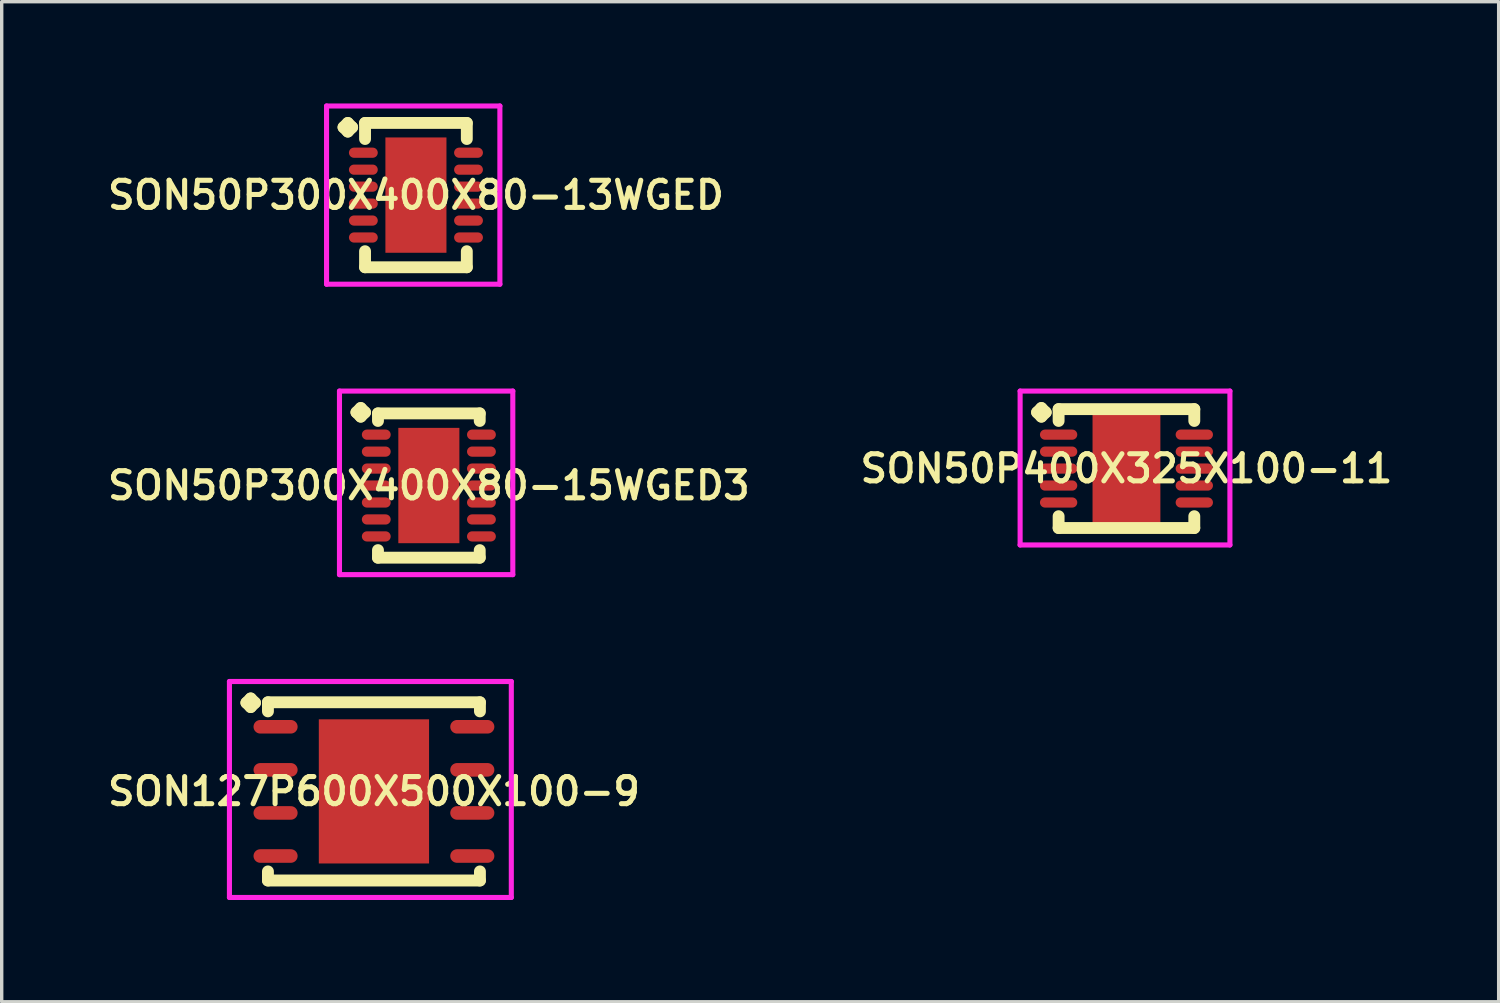
<source format=kicad_pcb>
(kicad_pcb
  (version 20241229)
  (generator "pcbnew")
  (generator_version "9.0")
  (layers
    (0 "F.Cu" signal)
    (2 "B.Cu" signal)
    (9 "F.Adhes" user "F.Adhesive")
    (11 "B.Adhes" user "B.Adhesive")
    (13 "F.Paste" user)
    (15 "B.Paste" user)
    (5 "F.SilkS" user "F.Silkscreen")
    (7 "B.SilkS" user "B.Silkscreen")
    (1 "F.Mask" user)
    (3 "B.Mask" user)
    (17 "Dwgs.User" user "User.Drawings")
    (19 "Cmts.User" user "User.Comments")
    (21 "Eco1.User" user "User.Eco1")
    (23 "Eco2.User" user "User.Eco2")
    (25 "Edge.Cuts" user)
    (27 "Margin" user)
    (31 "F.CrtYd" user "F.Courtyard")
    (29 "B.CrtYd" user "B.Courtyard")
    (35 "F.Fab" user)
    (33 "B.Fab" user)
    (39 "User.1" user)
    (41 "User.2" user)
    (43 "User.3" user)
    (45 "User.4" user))
  (footprint "SON50P300X400X80-15WGED3"
    (layer "F.Cu")
    (at 9.593 11.264)
    (property "Reference" "SON50P300X400X80-15WGED3" (at 0 0 0) (layer "F.SilkS") (effects (font (size 0.8 0.8) (thickness 0.15))))
    (attr through_hole)
    (fp_line (start -2.135 -2.158) (end -2.008 -2.285) (stroke (width 0.35) (type solid)) (layer "F.SilkS"))
    (fp_line (start -2.008 -2.285) (end -1.881 -2.158) (stroke (width 0.35) (type solid)) (layer "F.SilkS"))
    (fp_line (start -2.008 -2.031) (end -2.135 -2.158) (stroke (width 0.35) (type solid)) (layer "F.SilkS"))
    (fp_line (start -1.881 -2.158) (end -2.008 -2.031) (stroke (width 0.35) (type solid)) (layer "F.SilkS"))
    (fp_line (start -1.5 -2.127) (end 1.5 -2.127) (stroke (width 0.35) (type solid)) (layer "F.SilkS"))
    (fp_line (start -1.5 -1.904) (end -1.5 -2.127) (stroke (width 0.35) (type solid)) (layer "F.SilkS"))
    (fp_line (start -1.5 1.904) (end -1.5 2.127) (stroke (width 0.35) (type solid)) (layer "F.SilkS"))
    (fp_line (start -1.5 2.127) (end 1.5 2.127) (stroke (width 0.35) (type solid)) (layer "F.SilkS"))
    (fp_line (start 1.5 -2.127) (end 1.5 -1.904) (stroke (width 0.35) (type solid)) (layer "F.SilkS"))
    (fp_line (start 1.5 2.127) (end 1.5 1.904) (stroke (width 0.35) (type solid)) (layer "F.SilkS"))
    (fp_line (start -2.635 -2.785) (end 2.475 -2.785) (stroke (width 0.15) (type solid)) (layer "F.CrtYd"))
    (fp_line (start -2.635 2.627) (end -2.635 -2.785) (stroke (width 0.15) (type solid)) (layer "F.CrtYd"))
    (fp_line (start 2.475 -2.785) (end 2.475 2.627) (stroke (width 0.15) (type solid)) (layer "F.CrtYd"))
    (fp_line (start 2.475 2.627) (end -2.635 2.627) (stroke (width 0.15) (type solid)) (layer "F.CrtYd"))
    (pad "1" smd oval (at -1.55 -1.5) (size 0.85 0.3) (layers "F.Cu" "F.Mask" "F.Paste"))
    (pad "2" smd oval (at -1.55 -1) (size 0.85 0.3) (layers "F.Cu" "F.Mask" "F.Paste"))
    (pad "3" smd oval (at -1.55 -0.5) (size 0.85 0.3) (layers "F.Cu" "F.Mask" "F.Paste"))
    (pad "4" smd oval (at -1.55 0) (size 0.85 0.3) (layers "F.Cu" "F.Mask" "F.Paste"))
    (pad "5" smd oval (at -1.55 0.5) (size 0.85 0.3) (layers "F.Cu" "F.Mask" "F.Paste"))
    (pad "6" smd oval (at -1.55 1) (size 0.85 0.3) (layers "F.Cu" "F.Mask" "F.Paste"))
    (pad "7" smd oval (at -1.55 1.5) (size 0.85 0.3) (layers "F.Cu" "F.Mask" "F.Paste"))
    (pad "8" smd oval (at 1.55 1.5) (size 0.85 0.3) (layers "F.Cu" "F.Mask" "F.Paste"))
    (pad "9" smd oval (at 1.55 1) (size 0.85 0.3) (layers "F.Cu" "F.Mask" "F.Paste"))
    (pad "10" smd oval (at 1.55 0.5) (size 0.85 0.3) (layers "F.Cu" "F.Mask" "F.Paste"))
    (pad "11" smd oval (at 1.55 0) (size 0.85 0.3) (layers "F.Cu" "F.Mask" "F.Paste"))
    (pad "12" smd oval (at 1.55 -0.5) (size 0.85 0.3) (layers "F.Cu" "F.Mask" "F.Paste"))
    (pad "13" smd oval (at 1.55 -1) (size 0.85 0.3) (layers "F.Cu" "F.Mask" "F.Paste"))
    (pad "14" smd oval (at 1.55 -1.5) (size 0.85 0.3) (layers "F.Cu" "F.Mask" "F.Paste"))
    (pad "15" smd rect (at 0 0) (size 1.8 3.4) (layers "F.Cu" "F.Mask" "F.Paste")))
  (footprint "SON50P300X400X80-13WGED"
    (layer "F.Cu")
    (at 9.212 2.702)
    (property "Reference" "SON50P300X400X80-13WGED" (at 0 0 0) (layer "F.SilkS") (effects (font (size 0.8 0.8) (thickness 0.15))))
    (attr through_hole)
    (fp_line (start -2.135 -2) (end -2.008 -2.127) (stroke (width 0.35) (type solid)) (layer "F.SilkS"))
    (fp_line (start -2.008 -2.127) (end -1.881 -2) (stroke (width 0.35) (type solid)) (layer "F.SilkS"))
    (fp_line (start -2.008 -1.873) (end -2.135 -2) (stroke (width 0.35) (type solid)) (layer "F.SilkS"))
    (fp_line (start -1.881 -2) (end -2.008 -1.873) (stroke (width 0.35) (type solid)) (layer "F.SilkS"))
    (fp_line (start -1.5 -2.127) (end 1.5 -2.127) (stroke (width 0.35) (type solid)) (layer "F.SilkS"))
    (fp_line (start -1.5 -1.654) (end -1.5 -2.127) (stroke (width 0.35) (type solid)) (layer "F.SilkS"))
    (fp_line (start -1.5 1.654) (end -1.5 2.127) (stroke (width 0.35) (type solid)) (layer "F.SilkS"))
    (fp_line (start -1.5 2.127) (end 1.5 2.127) (stroke (width 0.35) (type solid)) (layer "F.SilkS"))
    (fp_line (start 1.5 -2.127) (end 1.5 -1.654) (stroke (width 0.35) (type solid)) (layer "F.SilkS"))
    (fp_line (start 1.5 2.127) (end 1.5 1.654) (stroke (width 0.35) (type solid)) (layer "F.SilkS"))
    (fp_line (start -2.635 -2.627) (end 2.475 -2.627) (stroke (width 0.15) (type solid)) (layer "F.CrtYd"))
    (fp_line (start -2.635 2.627) (end -2.635 -2.627) (stroke (width 0.15) (type solid)) (layer "F.CrtYd"))
    (fp_line (start 2.475 -2.627) (end 2.475 2.627) (stroke (width 0.15) (type solid)) (layer "F.CrtYd"))
    (fp_line (start 2.475 2.627) (end -2.635 2.627) (stroke (width 0.15) (type solid)) (layer "F.CrtYd"))
    (pad "1" smd oval (at -1.55 -1.25) (size 0.85 0.3) (layers "F.Cu" "F.Mask" "F.Paste"))
    (pad "2" smd oval (at -1.55 -0.75) (size 0.85 0.3) (layers "F.Cu" "F.Mask" "F.Paste"))
    (pad "3" smd oval (at -1.55 -0.25) (size 0.85 0.3) (layers "F.Cu" "F.Mask" "F.Paste"))
    (pad "4" smd oval (at -1.55 0.25) (size 0.85 0.3) (layers "F.Cu" "F.Mask" "F.Paste"))
    (pad "5" smd oval (at -1.55 0.75) (size 0.85 0.3) (layers "F.Cu" "F.Mask" "F.Paste"))
    (pad "6" smd oval (at -1.55 1.25) (size 0.85 0.3) (layers "F.Cu" "F.Mask" "F.Paste"))
    (pad "7" smd oval (at 1.55 1.25) (size 0.85 0.3) (layers "F.Cu" "F.Mask" "F.Paste"))
    (pad "8" smd oval (at 1.55 0.75) (size 0.85 0.3) (layers "F.Cu" "F.Mask" "F.Paste"))
    (pad "9" smd oval (at 1.55 0.25) (size 0.85 0.3) (layers "F.Cu" "F.Mask" "F.Paste"))
    (pad "10" smd oval (at 1.55 -0.25) (size 0.85 0.3) (layers "F.Cu" "F.Mask" "F.Paste"))
    (pad "11" smd oval (at 1.55 -0.75) (size 0.85 0.3) (layers "F.Cu" "F.Mask" "F.Paste"))
    (pad "12" smd oval (at 1.55 -1.25) (size 0.85 0.3) (layers "F.Cu" "F.Mask" "F.Paste"))
    (pad "13" smd rect (at 0 0) (size 1.8 3.4) (layers "F.Cu" "F.Mask" "F.Paste")))
  (footprint "SON127P600X500X100-9"
    (layer "F.Cu")
    (at 7.974 20.281)
    (property "Reference" "SON127P600X500X100-9" (at 0 0 0) (layer "F.SilkS") (effects (font (size 0.8 0.8) (thickness 0.15))))
    (attr smd)
    (fp_line (start -3.76 -2.613) (end -3.633 -2.74) (stroke (width 0.35) (type solid)) (layer "F.SilkS"))
    (fp_line (start -3.633 -2.74) (end -3.506 -2.613) (stroke (width 0.35) (type solid)) (layer "F.SilkS"))
    (fp_line (start -3.633 -2.486) (end -3.76 -2.613) (stroke (width 0.35) (type solid)) (layer "F.SilkS"))
    (fp_line (start -3.506 -2.613) (end -3.633 -2.486) (stroke (width 0.35) (type solid)) (layer "F.SilkS"))
    (fp_line (start -3.125 -2.627) (end 3.125 -2.627) (stroke (width 0.35) (type solid)) (layer "F.SilkS"))
    (fp_line (start -3.125 -2.359) (end -3.125 -2.627) (stroke (width 0.35) (type solid)) (layer "F.SilkS"))
    (fp_line (start -3.125 2.359) (end -3.125 2.627) (stroke (width 0.35) (type solid)) (layer "F.SilkS"))
    (fp_line (start -3.125 2.627) (end 3.125 2.627) (stroke (width 0.35) (type solid)) (layer "F.SilkS"))
    (fp_line (start 3.125 -2.627) (end 3.125 -2.359) (stroke (width 0.35) (type solid)) (layer "F.SilkS"))
    (fp_line (start 3.125 2.627) (end 3.125 2.359) (stroke (width 0.35) (type solid)) (layer "F.SilkS"))
    (fp_line (start -4.26 -3.24) (end 4.05 -3.24) (stroke (width 0.15) (type solid)) (layer "F.CrtYd"))
    (fp_line (start -4.26 3.127) (end -4.26 -3.24) (stroke (width 0.15) (type solid)) (layer "F.CrtYd"))
    (fp_line (start 4.05 -3.24) (end 4.05 3.127) (stroke (width 0.15) (type solid)) (layer "F.CrtYd"))
    (fp_line (start 4.05 3.127) (end -4.26 3.127) (stroke (width 0.15) (type solid)) (layer "F.CrtYd"))
    (pad "1" smd oval (at -2.9 -1.905) (size 1.3 0.4) (layers "F.Cu" "F.Mask" "F.Paste"))
    (pad "2" smd oval (at -2.9 -0.635) (size 1.3 0.4) (layers "F.Cu" "F.Mask" "F.Paste"))
    (pad "3" smd oval (at -2.9 0.635) (size 1.3 0.4) (layers "F.Cu" "F.Mask" "F.Paste"))
    (pad "4" smd oval (at -2.9 1.905) (size 1.3 0.4) (layers "F.Cu" "F.Mask" "F.Paste"))
    (pad "5" smd oval (at 2.9 1.905) (size 1.3 0.4) (layers "F.Cu" "F.Mask" "F.Paste"))
    (pad "6" smd oval (at 2.9 0.635) (size 1.3 0.4) (layers "F.Cu" "F.Mask" "F.Paste"))
    (pad "7" smd oval (at 2.9 -0.635) (size 1.3 0.4) (layers "F.Cu" "F.Mask" "F.Paste"))
    (pad "8" smd oval (at 2.9 -1.905) (size 1.3 0.4) (layers "F.Cu" "F.Mask" "F.Paste"))
    (pad "9" smd rect (at 0 0) (size 3.25 4.25) (layers "F.Cu" "F.Mask" "F.Paste")))
  (footprint "SON50P400X325X100-11"
    (layer "F.Cu")
    (at 30.159 10.764)
    (property "Reference" "SON50P400X325X100-11" (at 0 0 0) (layer "F.SilkS") (effects (font (size 0.8 0.8) (thickness 0.15))))
    (attr through_hole)
    (fp_line (start -2.635 -1.658) (end -2.508 -1.785) (stroke (width 0.35) (type solid)) (layer "F.SilkS"))
    (fp_line (start -2.508 -1.785) (end -2.381 -1.658) (stroke (width 0.35) (type solid)) (layer "F.SilkS"))
    (fp_line (start -2.508 -1.531) (end -2.635 -1.658) (stroke (width 0.35) (type solid)) (layer "F.SilkS"))
    (fp_line (start -2.381 -1.658) (end -2.508 -1.531) (stroke (width 0.35) (type solid)) (layer "F.SilkS"))
    (fp_line (start -2 -1.752) (end 2 -1.752) (stroke (width 0.35) (type solid)) (layer "F.SilkS"))
    (fp_line (start -2 -1.404) (end -2 -1.752) (stroke (width 0.35) (type solid)) (layer "F.SilkS"))
    (fp_line (start -2 1.404) (end -2 1.752) (stroke (width 0.35) (type solid)) (layer "F.SilkS"))
    (fp_line (start -2 1.752) (end 2 1.752) (stroke (width 0.35) (type solid)) (layer "F.SilkS"))
    (fp_line (start 2 -1.752) (end 2 -1.404) (stroke (width 0.35) (type solid)) (layer "F.SilkS"))
    (fp_line (start 2 1.752) (end 2 1.404) (stroke (width 0.35) (type solid)) (layer "F.SilkS"))
    (fp_line (start -3.135 -2.285) (end 3.05 -2.285) (stroke (width 0.15) (type solid)) (layer "F.CrtYd"))
    (fp_line (start -3.135 2.252) (end -3.135 -2.285) (stroke (width 0.15) (type solid)) (layer "F.CrtYd"))
    (fp_line (start 3.05 -2.285) (end 3.05 2.252) (stroke (width 0.15) (type solid)) (layer "F.CrtYd"))
    (fp_line (start 3.05 2.252) (end -3.135 2.252) (stroke (width 0.15) (type solid)) (layer "F.CrtYd"))
    (pad "1" smd oval (at -2 -1) (size 1.1 0.3) (layers "F.Cu" "F.Mask" "F.Paste"))
    (pad "2" smd oval (at -2 -0.5) (size 1.1 0.3) (layers "F.Cu" "F.Mask" "F.Paste"))
    (pad "3" smd oval (at -2 0) (size 1.1 0.3) (layers "F.Cu" "F.Mask" "F.Paste"))
    (pad "4" smd oval (at -2 0.5) (size 1.1 0.3) (layers "F.Cu" "F.Mask" "F.Paste"))
    (pad "5" smd oval (at -2 1) (size 1.1 0.3) (layers "F.Cu" "F.Mask" "F.Paste"))
    (pad "6" smd oval (at 2 1) (size 1.1 0.3) (layers "F.Cu" "F.Mask" "F.Paste"))
    (pad "7" smd oval (at 2 0.5) (size 1.1 0.3) (layers "F.Cu" "F.Mask" "F.Paste"))
    (pad "8" smd oval (at 2 0) (size 1.1 0.3) (layers "F.Cu" "F.Mask" "F.Paste"))
    (pad "9" smd oval (at 2 -0.5) (size 1.1 0.3) (layers "F.Cu" "F.Mask" "F.Paste"))
    (pad "10" smd oval (at 2 -1) (size 1.1 0.3) (layers "F.Cu" "F.Mask" "F.Paste"))
    (pad "11" smd rect (at 0 0) (size 2 3.25) (layers "F.Cu" "F.Mask" "F.Paste")))
  (gr_rect
    (start -3 -3)
    (end 41.132 26.483)
    (stroke (width 0.1) (type default))
    (fill no)
    (layer "Edge.Cuts")))
</source>
